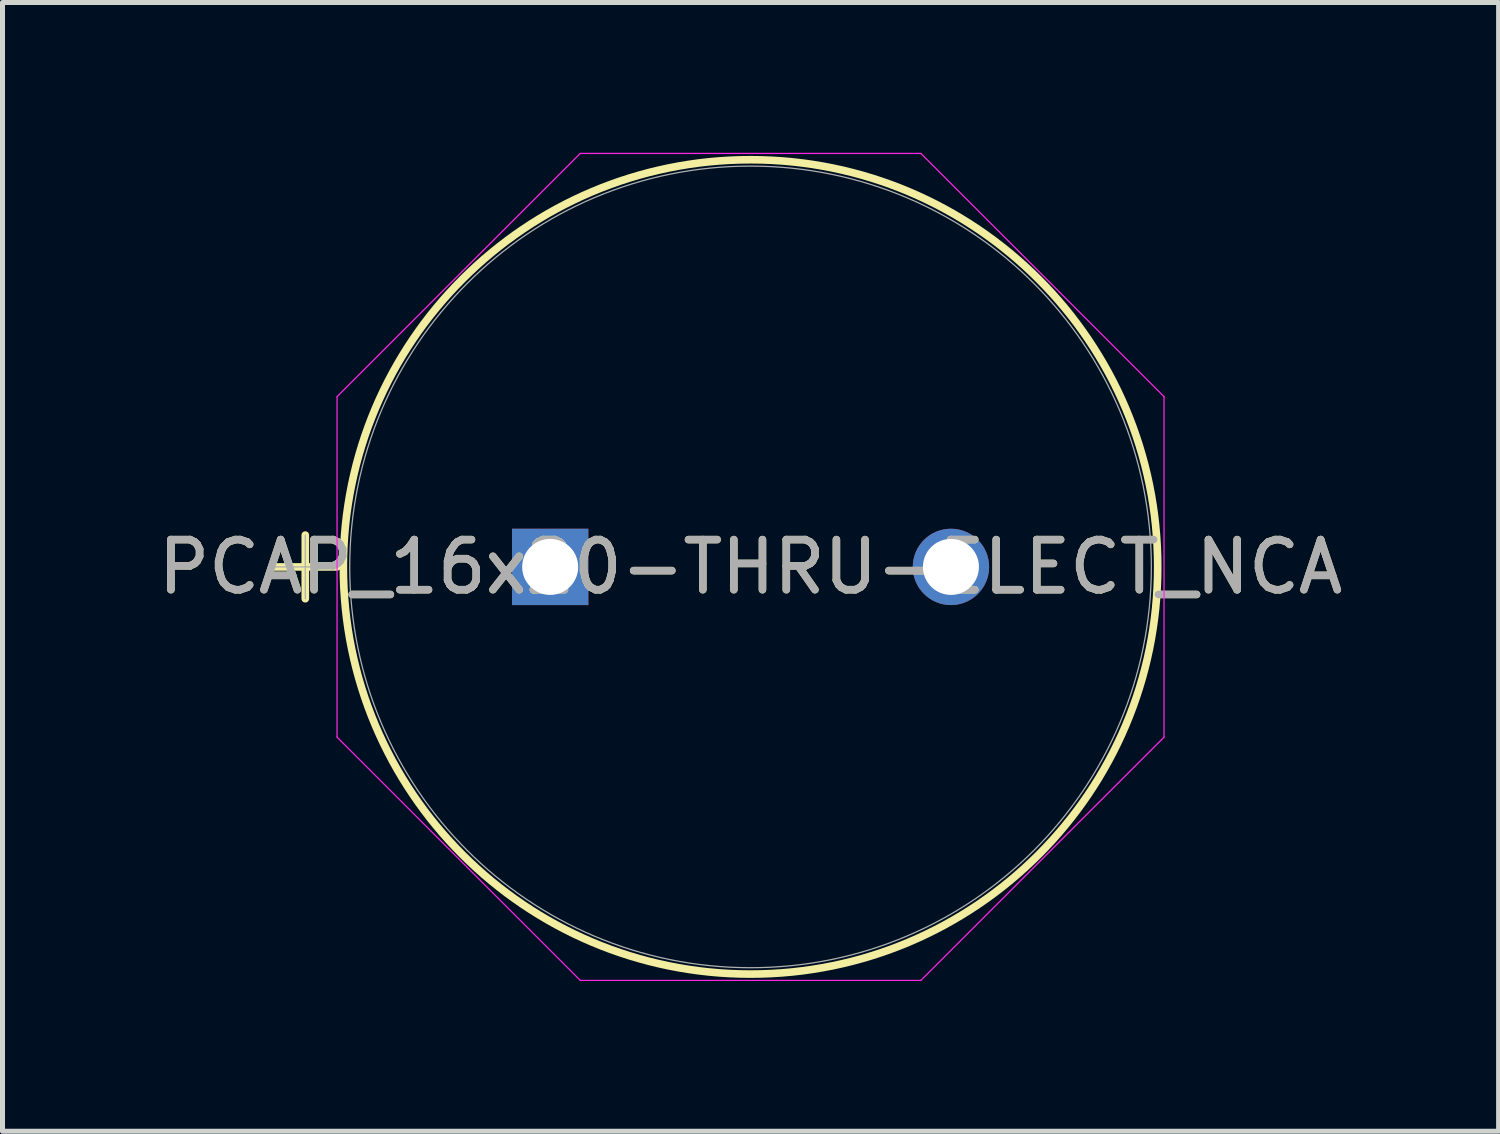
<source format=kicad_pcb>
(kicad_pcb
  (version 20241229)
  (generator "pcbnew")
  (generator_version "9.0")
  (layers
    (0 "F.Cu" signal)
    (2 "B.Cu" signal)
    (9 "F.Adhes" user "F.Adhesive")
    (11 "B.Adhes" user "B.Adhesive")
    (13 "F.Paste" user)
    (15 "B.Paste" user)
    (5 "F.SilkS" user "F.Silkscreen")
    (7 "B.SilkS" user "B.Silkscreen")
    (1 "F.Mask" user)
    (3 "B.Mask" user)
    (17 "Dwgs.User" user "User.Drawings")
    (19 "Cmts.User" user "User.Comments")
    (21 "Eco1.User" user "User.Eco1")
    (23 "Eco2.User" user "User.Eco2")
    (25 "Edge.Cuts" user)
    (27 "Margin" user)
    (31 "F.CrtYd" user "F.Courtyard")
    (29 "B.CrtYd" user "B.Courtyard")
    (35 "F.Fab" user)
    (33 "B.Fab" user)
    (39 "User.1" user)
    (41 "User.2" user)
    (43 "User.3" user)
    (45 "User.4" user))
  (footprint "PCAP_16x20-THRU-ELECT_NCA"
    (layer "F.Cu")
    (at 7.934 8.268)
    (property "Reference" "PCAP_16x20-THRU-ELECT_NCA" (at 4 0 0) (unlocked yes) (layer "F.SilkS") (effects (font (size 1 1) (thickness 0.15))))
    (attr through_hole)
    (fp_line (start -5.524 0) (end -4.255 0) (stroke (width 0.152) (type solid)) (layer "F.SilkS"))
    (fp_line (start -4.889 -0.635) (end -4.889 0.635) (stroke (width 0.152) (type solid)) (layer "F.SilkS"))
    (fp_circle (center 4 0) (end 12.129 0) (stroke (width 0.152) (type solid)) (fill no) (layer "F.SilkS"))
    (fp_line (start -4.255 -3.399) (end 0.601 -8.255) (stroke (width 0.025) (type solid)) (layer "F.CrtYd"))
    (fp_line (start -4.255 3.399) (end -4.255 -3.399) (stroke (width 0.025) (type solid)) (layer "F.CrtYd"))
    (fp_line (start 0.601 -8.255) (end 7.4 -8.255) (stroke (width 0.025) (type solid)) (layer "F.CrtYd"))
    (fp_line (start 0.601 8.255) (end -4.255 3.399) (stroke (width 0.025) (type solid)) (layer "F.CrtYd"))
    (fp_line (start 7.4 -8.255) (end 12.255 -3.399) (stroke (width 0.025) (type solid)) (layer "F.CrtYd"))
    (fp_line (start 7.4 8.255) (end 0.601 8.255) (stroke (width 0.025) (type solid)) (layer "F.CrtYd"))
    (fp_line (start 12.255 -3.399) (end 12.255 3.399) (stroke (width 0.025) (type solid)) (layer "F.CrtYd"))
    (fp_line (start 12.255 3.399) (end 7.4 8.255) (stroke (width 0.025) (type solid)) (layer "F.CrtYd"))
    (fp_line (start -5.524 0) (end -4.255 0) (stroke (width 0.025) (type solid)) (layer "F.Fab"))
    (fp_line (start -4.889 -0.635) (end -4.889 0.635) (stroke (width 0.025) (type solid)) (layer "F.Fab"))
    (fp_circle (center 4 0) (end 12.002 0) (stroke (width 0.025) (type solid)) (fill no) (layer "F.Fab"))
    (fp_text user "${REFERENCE}" (at 4 0 0) (unlocked yes) (layer "F.Fab") (effects (font (size 1 1) (thickness 0.15))))
    (pad "1" thru_hole rect (at 0 0) (size 1.524 1.524) (drill 1.118) (layers "*.Cu" "*.Mask"))
    (pad "2" thru_hole circle (at 8.001 0) (size 1.524 1.524) (drill 1.118) (layers "*.Cu" "*.Mask")))
  (gr_rect
    (start -3 -3)
    (end 26.869 19.535)
    (stroke (width 0.1) (type default))
    (fill no)
    (layer "Edge.Cuts")))
</source>
